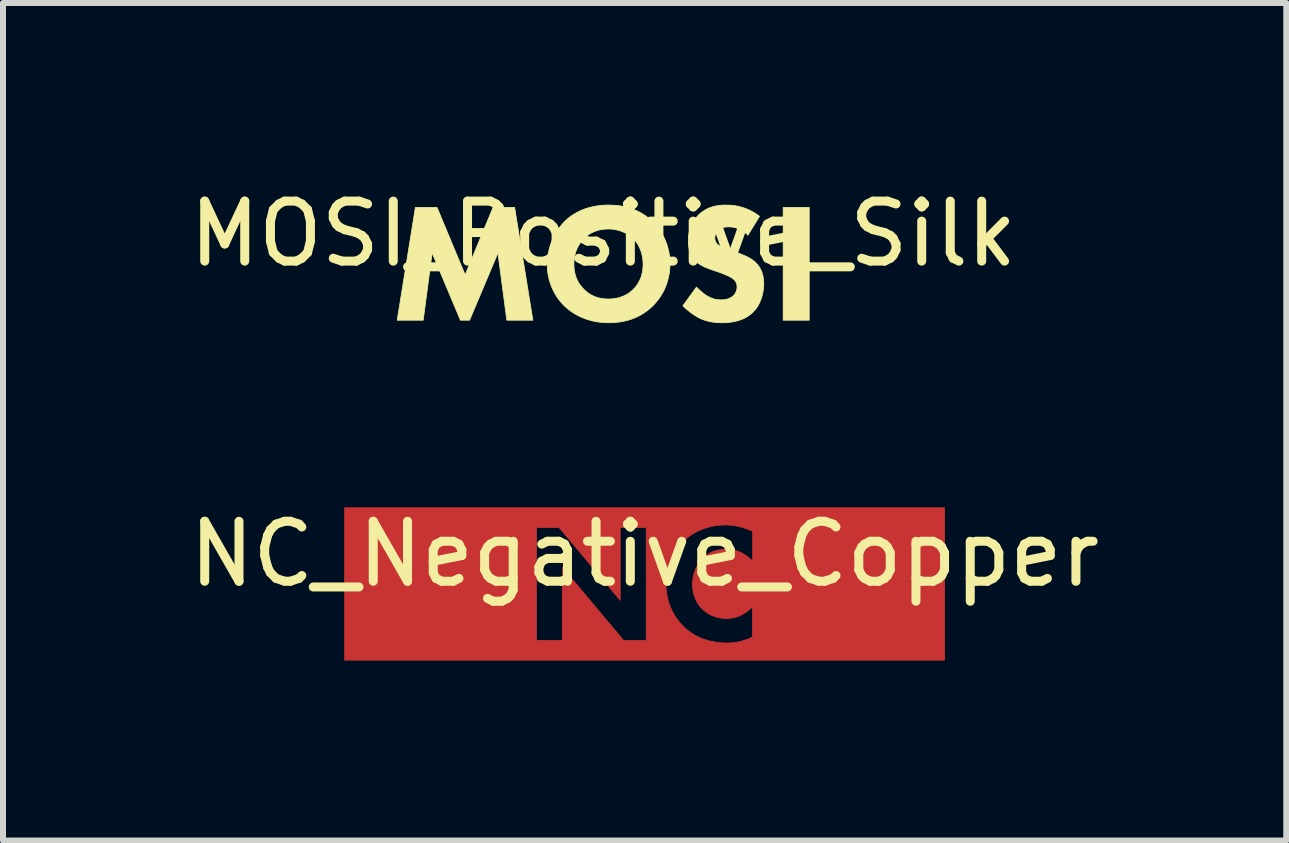
<source format=kicad_pcb>
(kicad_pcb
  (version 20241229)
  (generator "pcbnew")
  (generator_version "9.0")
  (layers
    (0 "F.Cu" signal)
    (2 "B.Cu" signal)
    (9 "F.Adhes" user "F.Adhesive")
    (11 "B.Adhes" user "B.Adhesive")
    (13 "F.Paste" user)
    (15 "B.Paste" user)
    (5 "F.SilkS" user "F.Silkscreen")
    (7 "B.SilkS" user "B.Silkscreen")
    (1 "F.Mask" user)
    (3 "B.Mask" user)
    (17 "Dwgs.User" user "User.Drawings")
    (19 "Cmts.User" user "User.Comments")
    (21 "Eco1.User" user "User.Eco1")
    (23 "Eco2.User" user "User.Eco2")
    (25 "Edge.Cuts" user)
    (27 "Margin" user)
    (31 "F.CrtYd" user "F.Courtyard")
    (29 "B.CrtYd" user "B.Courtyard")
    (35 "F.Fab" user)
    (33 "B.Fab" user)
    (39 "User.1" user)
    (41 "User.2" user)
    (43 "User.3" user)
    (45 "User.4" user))
  (footprint "NC_Negative_Copper"
    (layer "F.Cu")
    (at 7.696 6.685)
    (property "Reference" "NC_Negative_Copper" (at 0 -0.5 0) (unlocked yes) (layer "F.SilkS") (effects (font (size 1 1) (thickness 0.15))))
    (fp_poly (pts (xy 5.001 1.27) (xy -5 1.27) (xy -5 0.942) (xy -1.804 0.942) (xy -1.37 0.942) (xy -1.37 -0.275) (xy -0.35 0.942) (xy 0.027 0.942) (xy 0.027 -0.004) (xy 0.355 -0.004) (xy 0.357 0.052) (xy 0.361 0.107) (xy 0.368 0.16) (xy 0.377 0.212) (xy 0.389 0.262) (xy 0.403 0.311) (xy 0.42 0.358) (xy 0.438 0.404) (xy 0.459 0.449) (xy 0.481 0.491) (xy 0.505 0.532) (xy 0.531 0.571) (xy 0.558 0.609) (xy 0.587 0.644) (xy 0.617 0.678) (xy 0.648 0.709) (xy 0.678 0.738) (xy 0.71 0.765) (xy 0.744 0.792) (xy 0.78 0.818) (xy 0.818 0.842) (xy 0.858 0.864) (xy 0.901 0.885) (xy 0.945 0.905) (xy 0.992 0.922) (xy 1.041 0.938) (xy 1.092 0.952) (xy 1.146 0.963) (xy 1.202 0.972) (xy 1.261 0.979) (xy 1.322 0.983) (xy 1.385 0.984) (xy 1.429 0.983) (xy 1.475 0.98) (xy 1.498 0.978) (xy 1.523 0.974) (xy 1.548 0.97) (xy 1.574 0.965) (xy 1.6 0.959) (xy 1.627 0.952) (xy 1.654 0.943) (xy 1.682 0.934) (xy 1.711 0.923) (xy 1.741 0.911) (xy 1.771 0.897) (xy 1.802 0.882) (xy 1.798 0.882) (xy 1.798 0.381) (xy 1.767 0.41) (xy 1.737 0.436) (xy 1.706 0.459) (xy 1.677 0.48) (xy 1.647 0.498) (xy 1.619 0.514) (xy 1.591 0.527) (xy 1.563 0.539) (xy 1.536 0.549) (xy 1.51 0.556) (xy 1.484 0.563) (xy 1.459 0.568) (xy 1.435 0.571) (xy 1.412 0.573) (xy 1.389 0.575) (xy 1.368 0.575) (xy 1.346 0.575) (xy 1.326 0.574) (xy 1.306 0.572) (xy 1.286 0.57) (xy 1.267 0.567) (xy 1.248 0.564) (xy 1.23 0.56) (xy 1.213 0.556) (xy 1.196 0.551) (xy 1.18 0.546) (xy 1.164 0.541) (xy 1.149 0.535) (xy 1.134 0.529) (xy 1.12 0.523) (xy 1.106 0.517) (xy 1.093 0.51) (xy 1.069 0.497) (xy 1.047 0.484) (xy 1.027 0.47) (xy 1.009 0.457) (xy 0.994 0.445) (xy 0.981 0.434) (xy 0.97 0.424) (xy 0.962 0.416) (xy 0.946 0.4) (xy 0.931 0.383) (xy 0.916 0.365) (xy 0.901 0.345) (xy 0.887 0.324) (xy 0.873 0.301) (xy 0.861 0.277) (xy 0.849 0.252) (xy 0.838 0.226) (xy 0.829 0.198) (xy 0.82 0.169) (xy 0.813 0.138) (xy 0.807 0.107) (xy 0.803 0.074) (xy 0.801 0.039) (xy 0.8 0.004) (xy 0.8 -0.03) (xy 0.803 -0.063) (xy 0.807 -0.095) (xy 0.812 -0.126) (xy 0.819 -0.156) (xy 0.828 -0.186) (xy 0.837 -0.215) (xy 0.848 -0.243) (xy 0.86 -0.27) (xy 0.874 -0.296) (xy 0.888 -0.321) (xy 0.904 -0.345) (xy 0.92 -0.368) (xy 0.938 -0.39) (xy 0.957 -0.411) (xy 0.976 -0.43) (xy 0.995 -0.448) (xy 1.014 -0.465) (xy 1.035 -0.481) (xy 1.055 -0.495) (xy 1.077 -0.509) (xy 1.099 -0.521) (xy 1.122 -0.532) (xy 1.146 -0.542) (xy 1.17 -0.55) (xy 1.195 -0.558) (xy 1.221 -0.564) (xy 1.247 -0.569) (xy 1.275 -0.573) (xy 1.303 -0.576) (xy 1.331 -0.578) (xy 1.361 -0.579) (xy 1.379 -0.578) (xy 1.398 -0.577) (xy 1.416 -0.576) (xy 1.433 -0.574) (xy 1.451 -0.572) (xy 1.468 -0.569) (xy 1.485 -0.565) (xy 1.501 -0.562) (xy 1.517 -0.557) (xy 1.533 -0.553) (xy 1.563 -0.542) (xy 1.593 -0.53) (xy 1.621 -0.516) (xy 1.648 -0.502) (xy 1.673 -0.486) (xy 1.698 -0.469) (xy 1.721 -0.452) (xy 1.743 -0.434) (xy 1.764 -0.415) (xy 1.783 -0.397) (xy 1.802 -0.377) (xy 1.802 -0.878) (xy 1.768 -0.893) (xy 1.735 -0.906) (xy 1.702 -0.918) (xy 1.671 -0.929) (xy 1.64 -0.939) (xy 1.611 -0.948) (xy 1.582 -0.955) (xy 1.553 -0.962) (xy 1.526 -0.967) (xy 1.499 -0.972) (xy 1.472 -0.976) (xy 1.447 -0.979) (xy 1.422 -0.981) (xy 1.397 -0.983) (xy 1.373 -0.984) (xy 1.35 -0.984) (xy 1.296 -0.983) (xy 1.243 -0.979) (xy 1.191 -0.973) (xy 1.14 -0.965) (xy 1.091 -0.954) (xy 1.043 -0.941) (xy 0.996 -0.926) (xy 0.951 -0.909) (xy 0.908 -0.89) (xy 0.866 -0.87) (xy 0.825 -0.848) (xy 0.786 -0.824) (xy 0.749 -0.798) (xy 0.714 -0.771) (xy 0.68 -0.742) (xy 0.648 -0.713) (xy 0.617 -0.681) (xy 0.587 -0.647) (xy 0.558 -0.611) (xy 0.531 -0.574) (xy 0.505 -0.535) (xy 0.481 -0.494) (xy 0.459 -0.452) (xy 0.438 -0.408) (xy 0.42 -0.363) (xy 0.403 -0.316) (xy 0.389 -0.267) (xy 0.377 -0.218) (xy 0.368 -0.166) (xy 0.361 -0.113) (xy 0.357 -0.059) (xy 0.355 -0.004) (xy 0.027 -0.004) (xy 0.027 -0.942) (xy -0.407 -0.942) (xy -0.407 0.272) (xy -1.426 -0.942) (xy -1.804 -0.942) (xy -1.804 0.942) (xy -5 0.942) (xy -5 -1.27) (xy 5.001 -1.27)) (stroke (width 0.013) (type solid)) (fill yes) (layer "F.Cu")))
  (footprint "MOSI_Positive_Silk"
    (layer "F.Cu")
    (at 7.006 1.348)
    (property "Reference" "MOSI_Positive_Silk" (at 0 -0.5 0) (unlocked yes) (layer "F.SilkS") (effects (font (size 1 1) (thickness 0.15))))
    (fp_poly (pts (xy 3.434 0.94) (xy 3 0.94) (xy 3 -0.941) (xy 3.434 -0.941)) (stroke (width 0.013) (type solid)) (fill yes) (layer "F.SilkS"))
    (fp_poly (pts (xy -2.302 0.185) (xy -1.836 -0.941) (xy -1.477 -0.941) (xy -1.173 0.94) (xy -1.607 0.94) (xy -1.755 -0.182) (xy -2.228 0.94) (xy -2.38 0.94) (xy -2.852 -0.182) (xy -3.001 0.94) (xy -3.434 0.94) (xy -3.131 -0.941) (xy -2.771 -0.941)) (stroke (width 0.013) (type solid)) (fill yes) (layer "F.SilkS"))
    (fp_poly (pts (xy 0.148 -0.978) (xy 0.201 -0.975) (xy 0.253 -0.97) (xy 0.304 -0.962) (xy 0.354 -0.953) (xy 0.403 -0.941) (xy 0.45 -0.927) (xy 0.496 -0.911) (xy 0.541 -0.892) (xy 0.585 -0.872) (xy 0.628 -0.849) (xy 0.669 -0.825) (xy 0.709 -0.798) (xy 0.747 -0.769) (xy 0.784 -0.738) (xy 0.82 -0.704) (xy 0.82 -0.708) (xy 0.852 -0.675) (xy 0.883 -0.64) (xy 0.913 -0.603) (xy 0.94 -0.565) (xy 0.966 -0.525) (xy 0.99 -0.484) (xy 1.012 -0.441) (xy 1.033 -0.397) (xy 1.051 -0.351) (xy 1.067 -0.305) (xy 1.08 -0.257) (xy 1.092 -0.207) (xy 1.101 -0.157) (xy 1.107 -0.105) (xy 1.111 -0.052) (xy 1.113 0.001) (xy 1.112 0.048) (xy 1.108 0.095) (xy 1.103 0.142) (xy 1.095 0.189) (xy 1.085 0.236) (xy 1.073 0.282) (xy 1.059 0.328) (xy 1.042 0.374) (xy 1.023 0.419) (xy 1.001 0.463) (xy 0.977 0.506) (xy 0.951 0.548) (xy 0.922 0.59) (xy 0.89 0.63) (xy 0.856 0.669) (xy 0.82 0.707) (xy 0.786 0.738) (xy 0.751 0.767) (xy 0.714 0.795) (xy 0.676 0.821) (xy 0.637 0.846) (xy 0.595 0.868) (xy 0.553 0.889) (xy 0.508 0.908) (xy 0.462 0.925) (xy 0.415 0.94) (xy 0.365 0.952) (xy 0.314 0.963) (xy 0.262 0.971) (xy 0.207 0.977) (xy 0.151 0.981) (xy 0.093 0.982) (xy 0.028 0.98) (xy -0.034 0.976) (xy -0.093 0.968) (xy -0.15 0.958) (xy -0.205 0.945) (xy -0.257 0.93) (xy -0.306 0.913) (xy -0.353 0.895) (xy -0.397 0.874) (xy -0.439 0.853) (xy -0.479 0.83) (xy -0.516 0.806) (xy -0.551 0.782) (xy -0.583 0.757) (xy -0.613 0.732) (xy -0.641 0.707) (xy -0.673 0.674) (xy -0.705 0.639) (xy -0.734 0.603) (xy -0.762 0.565) (xy -0.788 0.525) (xy -0.812 0.484) (xy -0.834 0.441) (xy -0.854 0.397) (xy -0.872 0.352) (xy -0.888 0.306) (xy -0.902 0.258) (xy -0.913 0.21) (xy -0.922 0.16) (xy -0.928 0.11) (xy -0.932 0.06) (xy -0.933 0.008) (xy -0.489 0.008) (xy -0.488 0.04) (xy -0.486 0.071) (xy -0.483 0.102) (xy -0.478 0.132) (xy -0.472 0.16) (xy -0.465 0.188) (xy -0.456 0.216) (xy -0.446 0.242) (xy -0.435 0.268) (xy -0.422 0.294) (xy -0.408 0.318) (xy -0.392 0.342) (xy -0.375 0.365) (xy -0.357 0.388) (xy -0.337 0.41) (xy -0.316 0.432) (xy -0.293 0.453) (xy -0.27 0.472) (xy -0.247 0.489) (xy -0.223 0.505) (xy -0.199 0.519) (xy -0.174 0.532) (xy -0.149 0.543) (xy -0.124 0.553) (xy -0.099 0.561) (xy -0.073 0.568) (xy -0.047 0.574) (xy -0.021 0.579) (xy 0.006 0.583) (xy 0.032 0.585) (xy 0.059 0.586) (xy 0.086 0.587) (xy 0.121 0.586) (xy 0.155 0.584) (xy 0.188 0.58) (xy 0.219 0.574) (xy 0.249 0.568) (xy 0.278 0.56) (xy 0.306 0.55) (xy 0.333 0.54) (xy 0.358 0.529) (xy 0.382 0.516) (xy 0.405 0.503) (xy 0.427 0.489) (xy 0.448 0.474) (xy 0.467 0.458) (xy 0.485 0.442) (xy 0.502 0.425) (xy 0.517 0.411) (xy 0.531 0.395) (xy 0.545 0.378) (xy 0.559 0.359) (xy 0.573 0.339) (xy 0.586 0.317) (xy 0.599 0.294) (xy 0.611 0.269) (xy 0.623 0.242) (xy 0.633 0.214) (xy 0.638 0.199) (xy 0.642 0.183) (xy 0.646 0.167) (xy 0.65 0.151) (xy 0.653 0.135) (xy 0.656 0.117) (xy 0.659 0.1) (xy 0.661 0.082) (xy 0.663 0.063) (xy 0.664 0.044) (xy 0.665 0.025) (xy 0.665 0.005) (xy 0.664 -0.031) (xy 0.661 -0.066) (xy 0.657 -0.099) (xy 0.651 -0.131) (xy 0.644 -0.162) (xy 0.636 -0.192) (xy 0.626 -0.221) (xy 0.615 -0.248) (xy 0.604 -0.274) (xy 0.591 -0.299) (xy 0.578 -0.322) (xy 0.564 -0.344) (xy 0.549 -0.365) (xy 0.534 -0.384) (xy 0.518 -0.402) (xy 0.502 -0.419) (xy 0.485 -0.435) (xy 0.465 -0.452) (xy 0.445 -0.468) (xy 0.423 -0.483) (xy 0.4 -0.497) (xy 0.376 -0.51) (xy 0.351 -0.523) (xy 0.325 -0.534) (xy 0.298 -0.544) (xy 0.27 -0.554) (xy 0.241 -0.562) (xy 0.211 -0.568) (xy 0.181 -0.574) (xy 0.15 -0.578) (xy 0.118 -0.58) (xy 0.086 -0.581) (xy 0.054 -0.58) (xy 0.023 -0.578) (xy -0.007 -0.575) (xy -0.037 -0.57) (xy -0.066 -0.564) (xy -0.093 -0.556) (xy -0.12 -0.548) (xy -0.147 -0.538) (xy -0.172 -0.527) (xy -0.197 -0.515) (xy -0.22 -0.502) (xy -0.243 -0.487) (xy -0.265 -0.472) (xy -0.287 -0.455) (xy -0.307 -0.437) (xy -0.327 -0.419) (xy -0.323 -0.419) (xy -0.338 -0.403) (xy -0.353 -0.386) (xy -0.368 -0.368) (xy -0.383 -0.348) (xy -0.397 -0.327) (xy -0.411 -0.304) (xy -0.424 -0.28) (xy -0.436 -0.254) (xy -0.448 -0.227) (xy -0.458 -0.198) (xy -0.467 -0.167) (xy -0.474 -0.135) (xy -0.478 -0.119) (xy -0.48 -0.102) (xy -0.483 -0.084) (xy -0.485 -0.067) (xy -0.487 -0.048) (xy -0.488 -0.03) (xy -0.489 -0.011) (xy -0.489 0.008) (xy -0.933 0.008) (xy -0.932 -0.043) (xy -0.928 -0.094) (xy -0.921 -0.145) (xy -0.912 -0.195) (xy -0.9 -0.245) (xy -0.886 -0.293) (xy -0.87 -0.341) (xy -0.852 -0.388) (xy -0.832 -0.433) (xy -0.81 -0.477) (xy -0.786 -0.519) (xy -0.761 -0.56) (xy -0.734 -0.599) (xy -0.705 -0.636) (xy -0.675 -0.671) (xy -0.644 -0.704) (xy -0.619 -0.728) (xy -0.591 -0.753) (xy -0.561 -0.777) (xy -0.528 -0.801) (xy -0.493 -0.824) (xy -0.454 -0.847) (xy -0.413 -0.869) (xy -0.369 -0.89) (xy -0.322 -0.909) (xy -0.272 -0.926) (xy -0.246 -0.934) (xy -0.219 -0.941) (xy -0.192 -0.948) (xy -0.163 -0.954) (xy -0.134 -0.96) (xy -0.104 -0.965) (xy -0.073 -0.969) (xy -0.042 -0.973) (xy -0.009 -0.976) (xy 0.024 -0.978) (xy 0.058 -0.979) (xy 0.093 -0.979)) (stroke (width 0.013) (type solid)) (fill yes) (layer "F.SilkS"))
    (fp_poly (pts (xy 2.1 -0.978) (xy 2.129 -0.976) (xy 2.159 -0.974) (xy 2.191 -0.97) (xy 2.224 -0.964) (xy 2.258 -0.957) (xy 2.293 -0.948) (xy 2.33 -0.937) (xy 2.367 -0.925) (xy 2.405 -0.909) (xy 2.444 -0.892) (xy 2.484 -0.871) (xy 2.524 -0.848) (xy 2.564 -0.822) (xy 2.605 -0.792) (xy 2.411 -0.475) (xy 2.411 -0.482) (xy 2.385 -0.504) (xy 2.359 -0.524) (xy 2.334 -0.542) (xy 2.31 -0.557) (xy 2.286 -0.569) (xy 2.263 -0.58) (xy 2.242 -0.589) (xy 2.221 -0.597) (xy 2.201 -0.603) (xy 2.182 -0.607) (xy 2.164 -0.611) (xy 2.147 -0.613) (xy 2.132 -0.615) (xy 2.118 -0.616) (xy 2.094 -0.616) (xy 2.07 -0.616) (xy 2.059 -0.615) (xy 2.047 -0.614) (xy 2.034 -0.613) (xy 2.022 -0.611) (xy 2.01 -0.609) (xy 1.998 -0.606) (xy 1.986 -0.602) (xy 1.974 -0.598) (xy 1.962 -0.592) (xy 1.951 -0.586) (xy 1.94 -0.579) (xy 1.93 -0.572) (xy 1.925 -0.567) (xy 1.92 -0.563) (xy 1.915 -0.558) (xy 1.91 -0.553) (xy 1.905 -0.547) (xy 1.9 -0.541) (xy 1.895 -0.535) (xy 1.89 -0.529) (xy 1.886 -0.522) (xy 1.882 -0.515) (xy 1.878 -0.508) (xy 1.875 -0.501) (xy 1.872 -0.493) (xy 1.869 -0.485) (xy 1.866 -0.477) (xy 1.864 -0.468) (xy 1.863 -0.46) (xy 1.862 -0.451) (xy 1.861 -0.442) (xy 1.861 -0.433) (xy 1.861 -0.424) (xy 1.861 -0.416) (xy 1.862 -0.408) (xy 1.863 -0.401) (xy 1.865 -0.393) (xy 1.867 -0.386) (xy 1.869 -0.38) (xy 1.871 -0.373) (xy 1.874 -0.367) (xy 1.877 -0.361) (xy 1.881 -0.355) (xy 1.885 -0.349) (xy 1.889 -0.343) (xy 1.893 -0.338) (xy 1.898 -0.332) (xy 1.903 -0.327) (xy 1.912 -0.319) (xy 1.921 -0.312) (xy 1.931 -0.305) (xy 1.941 -0.299) (xy 1.953 -0.293) (xy 1.964 -0.287) (xy 1.977 -0.281) (xy 1.991 -0.275) (xy 2.005 -0.269) (xy 2.021 -0.263) (xy 2.055 -0.251) (xy 2.139 -0.221) (xy 2.28 -0.168) (xy 2.312 -0.156) (xy 2.345 -0.142) (xy 2.378 -0.127) (xy 2.395 -0.119) (xy 2.412 -0.11) (xy 2.429 -0.101) (xy 2.445 -0.092) (xy 2.462 -0.082) (xy 2.478 -0.071) (xy 2.494 -0.06) (xy 2.509 -0.049) (xy 2.524 -0.036) (xy 2.538 -0.023) (xy 2.558 -0.003) (xy 2.575 0.017) (xy 2.591 0.039) (xy 2.606 0.06) (xy 2.618 0.082) (xy 2.63 0.105) (xy 2.639 0.127) (xy 2.648 0.15) (xy 2.655 0.173) (xy 2.661 0.195) (xy 2.666 0.218) (xy 2.669 0.24) (xy 2.672 0.262) (xy 2.674 0.284) (xy 2.675 0.305) (xy 2.676 0.326) (xy 2.675 0.362) (xy 2.673 0.397) (xy 2.669 0.432) (xy 2.664 0.466) (xy 2.657 0.499) (xy 2.649 0.531) (xy 2.64 0.563) (xy 2.63 0.593) (xy 2.618 0.622) (xy 2.606 0.65) (xy 2.592 0.677) (xy 2.577 0.703) (xy 2.562 0.727) (xy 2.545 0.75) (xy 2.528 0.772) (xy 2.51 0.791) (xy 2.494 0.808) (xy 2.478 0.823) (xy 2.461 0.837) (xy 2.444 0.85) (xy 2.427 0.863) (xy 2.41 0.875) (xy 2.374 0.896) (xy 2.338 0.914) (xy 2.301 0.929) (xy 2.264 0.942) (xy 2.228 0.953) (xy 2.191 0.961) (xy 2.156 0.968) (xy 2.122 0.973) (xy 2.089 0.977) (xy 2.058 0.98) (xy 2.029 0.981) (xy 1.977 0.982) (xy 1.952 0.982) (xy 1.927 0.981) (xy 1.903 0.98) (xy 1.879 0.978) (xy 1.855 0.975) (xy 1.832 0.972) (xy 1.808 0.969) (xy 1.785 0.964) (xy 1.762 0.959) (xy 1.739 0.954) (xy 1.716 0.947) (xy 1.693 0.94) (xy 1.671 0.932) (xy 1.648 0.924) (xy 1.626 0.915) (xy 1.603 0.904) (xy 1.585 0.895) (xy 1.567 0.884) (xy 1.548 0.873) (xy 1.53 0.861) (xy 1.511 0.849) (xy 1.493 0.837) (xy 1.456 0.81) (xy 1.421 0.782) (xy 1.387 0.755) (xy 1.356 0.727) (xy 1.328 0.7) (xy 1.554 0.389) (xy 1.573 0.408) (xy 1.595 0.428) (xy 1.617 0.448) (xy 1.641 0.468) (xy 1.664 0.487) (xy 1.687 0.505) (xy 1.698 0.513) (xy 1.709 0.521) (xy 1.72 0.528) (xy 1.73 0.534) (xy 1.744 0.542) (xy 1.758 0.55) (xy 1.772 0.557) (xy 1.786 0.564) (xy 1.8 0.57) (xy 1.814 0.575) (xy 1.829 0.58) (xy 1.843 0.585) (xy 1.858 0.589) (xy 1.873 0.592) (xy 1.888 0.595) (xy 1.903 0.597) (xy 1.918 0.599) (xy 1.934 0.6) (xy 1.95 0.601) (xy 1.967 0.601) (xy 1.977 0.601) (xy 1.989 0.6) (xy 2 0.6) (xy 2.012 0.598) (xy 2.025 0.597) (xy 2.037 0.595) (xy 2.05 0.592) (xy 2.063 0.589) (xy 2.076 0.585) (xy 2.089 0.581) (xy 2.101 0.576) (xy 2.114 0.57) (xy 2.127 0.563) (xy 2.14 0.555) (xy 2.152 0.547) (xy 2.164 0.537) (xy 2.171 0.531) (xy 2.177 0.525) (xy 2.183 0.518) (xy 2.189 0.51) (xy 2.195 0.502) (xy 2.201 0.494) (xy 2.206 0.485) (xy 2.211 0.476) (xy 2.215 0.467) (xy 2.219 0.456) (xy 2.223 0.446) (xy 2.224 0.44) (xy 2.226 0.435) (xy 2.227 0.429) (xy 2.228 0.423) (xy 2.229 0.417) (xy 2.23 0.411) (xy 2.23 0.405) (xy 2.231 0.399) (xy 2.231 0.392) (xy 2.231 0.386) (xy 2.231 0.374) (xy 2.23 0.363) (xy 2.229 0.353) (xy 2.227 0.343) (xy 2.224 0.333) (xy 2.221 0.324) (xy 2.218 0.315) (xy 2.214 0.307) (xy 2.21 0.299) (xy 2.205 0.291) (xy 2.2 0.284) (xy 2.194 0.277) (xy 2.188 0.27) (xy 2.181 0.264) (xy 2.175 0.258) (xy 2.168 0.252) (xy 2.158 0.244) (xy 2.146 0.236) (xy 2.134 0.228) (xy 2.12 0.22) (xy 2.106 0.213) (xy 2.091 0.205) (xy 2.06 0.191) (xy 2.028 0.178) (xy 1.998 0.165) (xy 1.949 0.146) (xy 1.794 0.093) (xy 1.76 0.081) (xy 1.726 0.067) (xy 1.691 0.053) (xy 1.674 0.045) (xy 1.657 0.036) (xy 1.64 0.027) (xy 1.623 0.017) (xy 1.607 0.007) (xy 1.591 -0.004) (xy 1.575 -0.015) (xy 1.56 -0.028) (xy 1.546 -0.041) (xy 1.533 -0.055) (xy 1.515 -0.075) (xy 1.499 -0.096) (xy 1.486 -0.117) (xy 1.473 -0.138) (xy 1.463 -0.16) (xy 1.453 -0.181) (xy 1.446 -0.203) (xy 1.439 -0.225) (xy 1.434 -0.246) (xy 1.429 -0.267) (xy 1.426 -0.288) (xy 1.423 -0.308) (xy 1.422 -0.328) (xy 1.421 -0.347) (xy 1.42 -0.383) (xy 1.42 -0.414) (xy 1.422 -0.444) (xy 1.425 -0.474) (xy 1.429 -0.503) (xy 1.435 -0.531) (xy 1.441 -0.559) (xy 1.449 -0.587) (xy 1.459 -0.613) (xy 1.469 -0.64) (xy 1.481 -0.665) (xy 1.494 -0.69) (xy 1.509 -0.715) (xy 1.525 -0.739) (xy 1.543 -0.762) (xy 1.562 -0.784) (xy 1.582 -0.807) (xy 1.607 -0.831) (xy 1.633 -0.853) (xy 1.66 -0.872) (xy 1.687 -0.89) (xy 1.714 -0.906) (xy 1.742 -0.92) (xy 1.77 -0.933) (xy 1.799 -0.943) (xy 1.828 -0.952) (xy 1.858 -0.96) (xy 1.889 -0.966) (xy 1.919 -0.971) (xy 1.951 -0.975) (xy 1.983 -0.978) (xy 2.015 -0.979) (xy 2.048 -0.979)) (stroke (width 0.013) (type solid)) (fill yes) (layer "F.SilkS")))
  (gr_rect
    (start -3 -3)
    (end 18.393 10.962)
    (stroke (width 0.1) (type default))
    (fill no)
    (layer "Edge.Cuts")))
</source>
